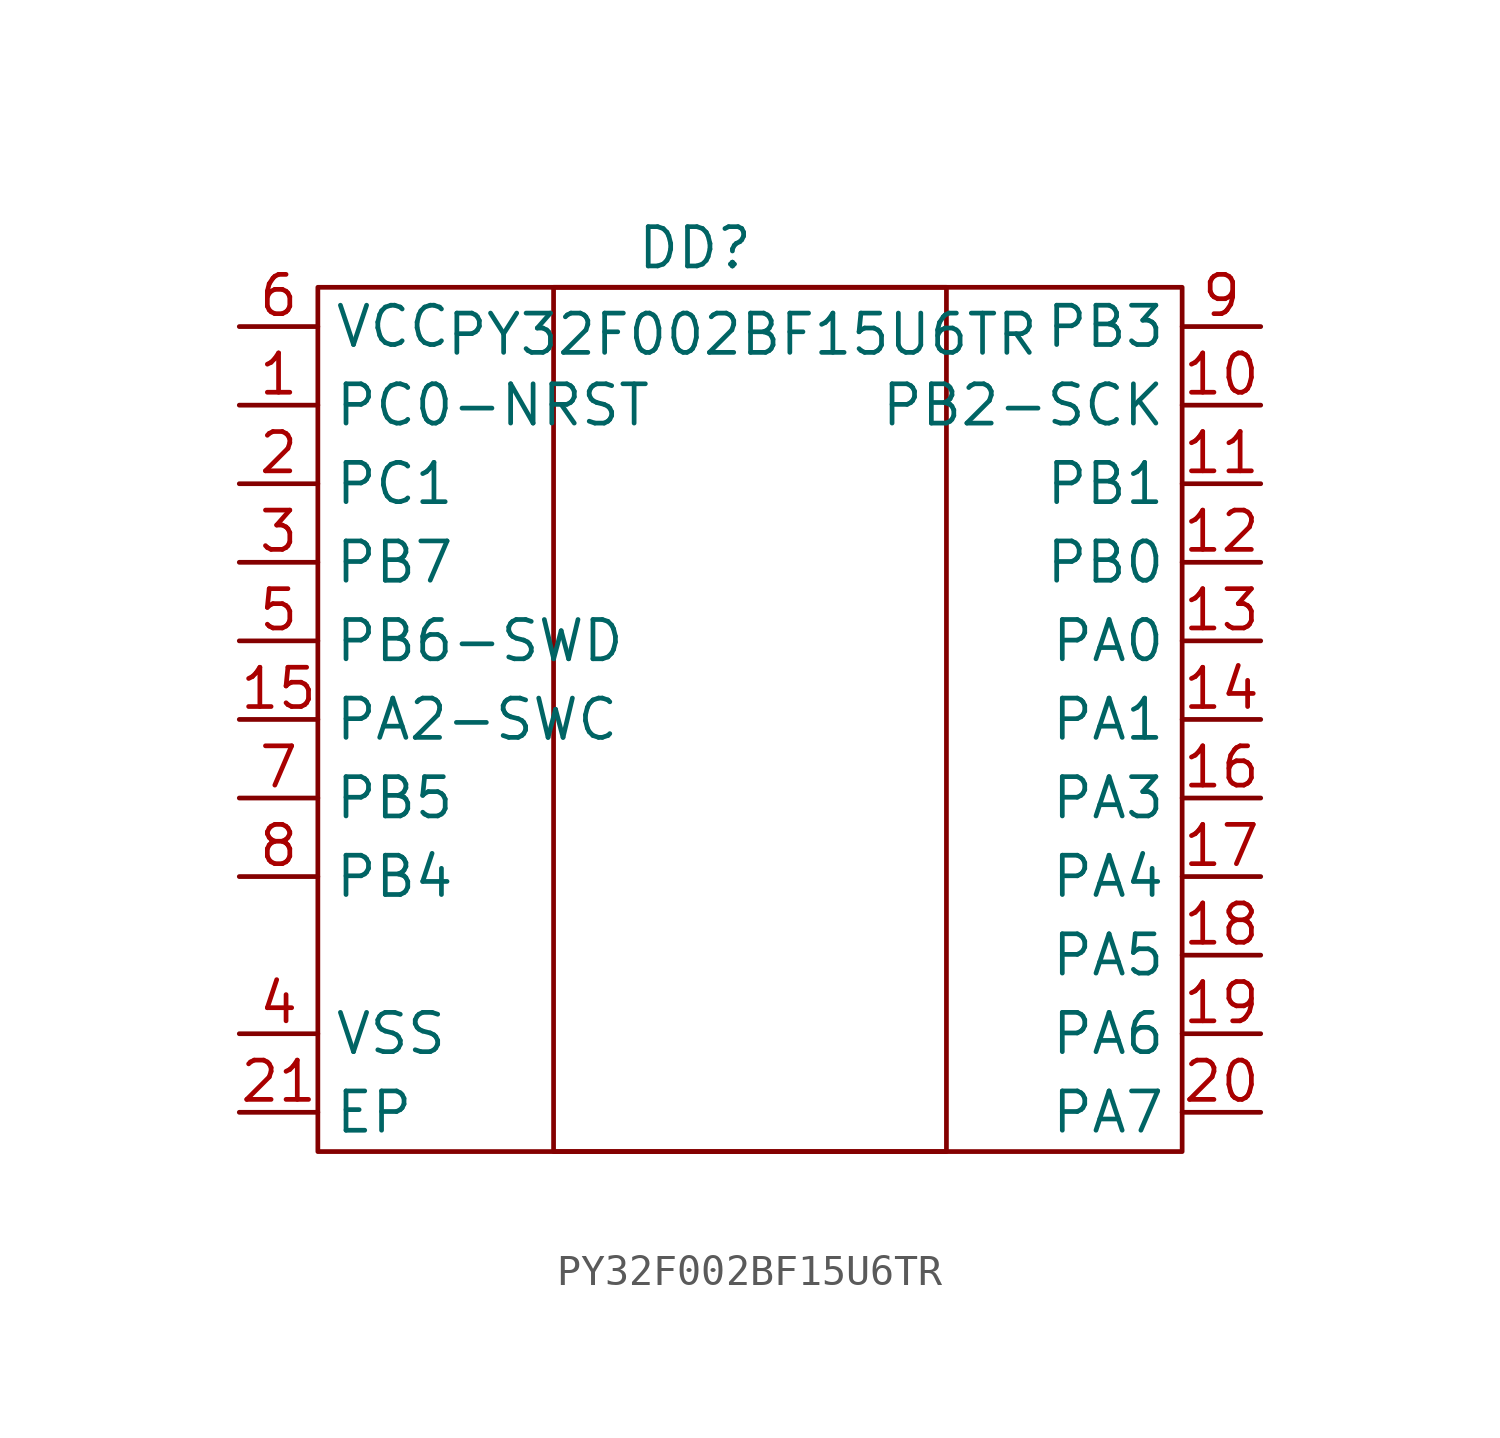
<source format=kicad_sym>
(kicad_symbol_lib
  (version 20241209)
  (generator "kicad_symbol_editor")
  (generator_version "9.0")
  (symbol "PY32F002BF15U6TR"
    (property "Reference" "DD"
      (at -0.508 13.97 0)
      (effects (font (size 1.27 1.27))))
    (property "Value" "PY32F002BF15U6TR"
      (at 1.016 11.176 0)
      (effects (font (size 1.27 1.27))))
    (symbol "PY32F002BF15U6TR_1_0"
      (rectangle (start -12.7 12.7) (end 15.24 -15.24) (stroke (width 0) (type default)) (fill (type none)))
      (rectangle (start -5.08 12.7) (end 7.62 -15.24) (stroke (width 0) (type default)) (fill (type none)))
      (pin unspecified line (at -15.24 11.43 0) (length 2.54) (name "VCC" (effects (font (size 1.27 1.27)))) (number "6" (effects (font (size 1.27 1.27)))))
      (pin unspecified line (at -15.24 8.89 0) (length 2.54) (name "PC0-NRST" (effects (font (size 1.27 1.27)))) (number "1" (effects (font (size 1.27 1.27)))))
      (pin unspecified line (at -15.24 6.35 0) (length 2.54) (name "PC1" (effects (font (size 1.27 1.27)))) (number "2" (effects (font (size 1.27 1.27)))))
      (pin unspecified line (at -15.24 3.81 0) (length 2.54) (name "PB7" (effects (font (size 1.27 1.27)))) (number "3" (effects (font (size 1.27 1.27)))))
      (pin unspecified line (at -15.24 1.27 0) (length 2.54) (name "PB6-SWD" (effects (font (size 1.27 1.27)))) (number "5" (effects (font (size 1.27 1.27)))))
      (pin unspecified line (at -15.24 -1.27 0) (length 2.54) (name "PA2-SWC" (effects (font (size 1.27 1.27)))) (number "15" (effects (font (size 1.27 1.27)))))
      (pin unspecified line (at -15.24 -3.81 0) (length 2.54) (name "PB5" (effects (font (size 1.27 1.27)))) (number "7" (effects (font (size 1.27 1.27)))))
      (pin unspecified line (at -15.24 -6.35 0) (length 2.54) (name "PB4" (effects (font (size 1.27 1.27)))) (number "8" (effects (font (size 1.27 1.27)))))
      (pin unspecified line (at -15.24 -11.43 0) (length 2.54) (name "VSS" (effects (font (size 1.27 1.27)))) (number "4" (effects (font (size 1.27 1.27)))))
      (pin unspecified line (at -15.24 -13.97 0) (length 2.54) (name "EP" (effects (font (size 1.27 1.27)))) (number "21" (effects (font (size 1.27 1.27)))))
      (pin unspecified line (at 17.78 11.43 180) (length 2.54) (name "PB3" (effects (font (size 1.27 1.27)))) (number "9" (effects (font (size 1.27 1.27)))))
      (pin unspecified line (at 17.78 8.89 180) (length 2.54) (name "PB2-SCK" (effects (font (size 1.27 1.27)))) (number "10" (effects (font (size 1.27 1.27)))))
      (pin unspecified line (at 17.78 6.35 180) (length 2.54) (name "PB1" (effects (font (size 1.27 1.27)))) (number "11" (effects (font (size 1.27 1.27)))))
      (pin unspecified line (at 17.78 3.81 180) (length 2.54) (name "PB0" (effects (font (size 1.27 1.27)))) (number "12" (effects (font (size 1.27 1.27)))))
      (pin unspecified line (at 17.78 1.27 180) (length 2.54) (name "PA0" (effects (font (size 1.27 1.27)))) (number "13" (effects (font (size 1.27 1.27)))))
      (pin unspecified line (at 17.78 -1.27 180) (length 2.54) (name "PA1" (effects (font (size 1.27 1.27)))) (number "14" (effects (font (size 1.27 1.27)))))
      (pin unspecified line (at 17.78 -3.81 180) (length 2.54) (name "PA3" (effects (font (size 1.27 1.27)))) (number "16" (effects (font (size 1.27 1.27)))))
      (pin unspecified line (at 17.78 -6.35 180) (length 2.54) (name "PA4" (effects (font (size 1.27 1.27)))) (number "17" (effects (font (size 1.27 1.27)))))
      (pin unspecified line (at 17.78 -8.89 180) (length 2.54) (name "PA5" (effects (font (size 1.27 1.27)))) (number "18" (effects (font (size 1.27 1.27)))))
      (pin unspecified line (at 17.78 -11.43 180) (length 2.54) (name "PA6" (effects (font (size 1.27 1.27)))) (number "19" (effects (font (size 1.27 1.27)))))
      (pin unspecified line (at 17.78 -13.97 180) (length 2.54) (name "PA7" (effects (font (size 1.27 1.27)))) (number "20" (effects (font (size 1.27 1.27))))))))
</source>
